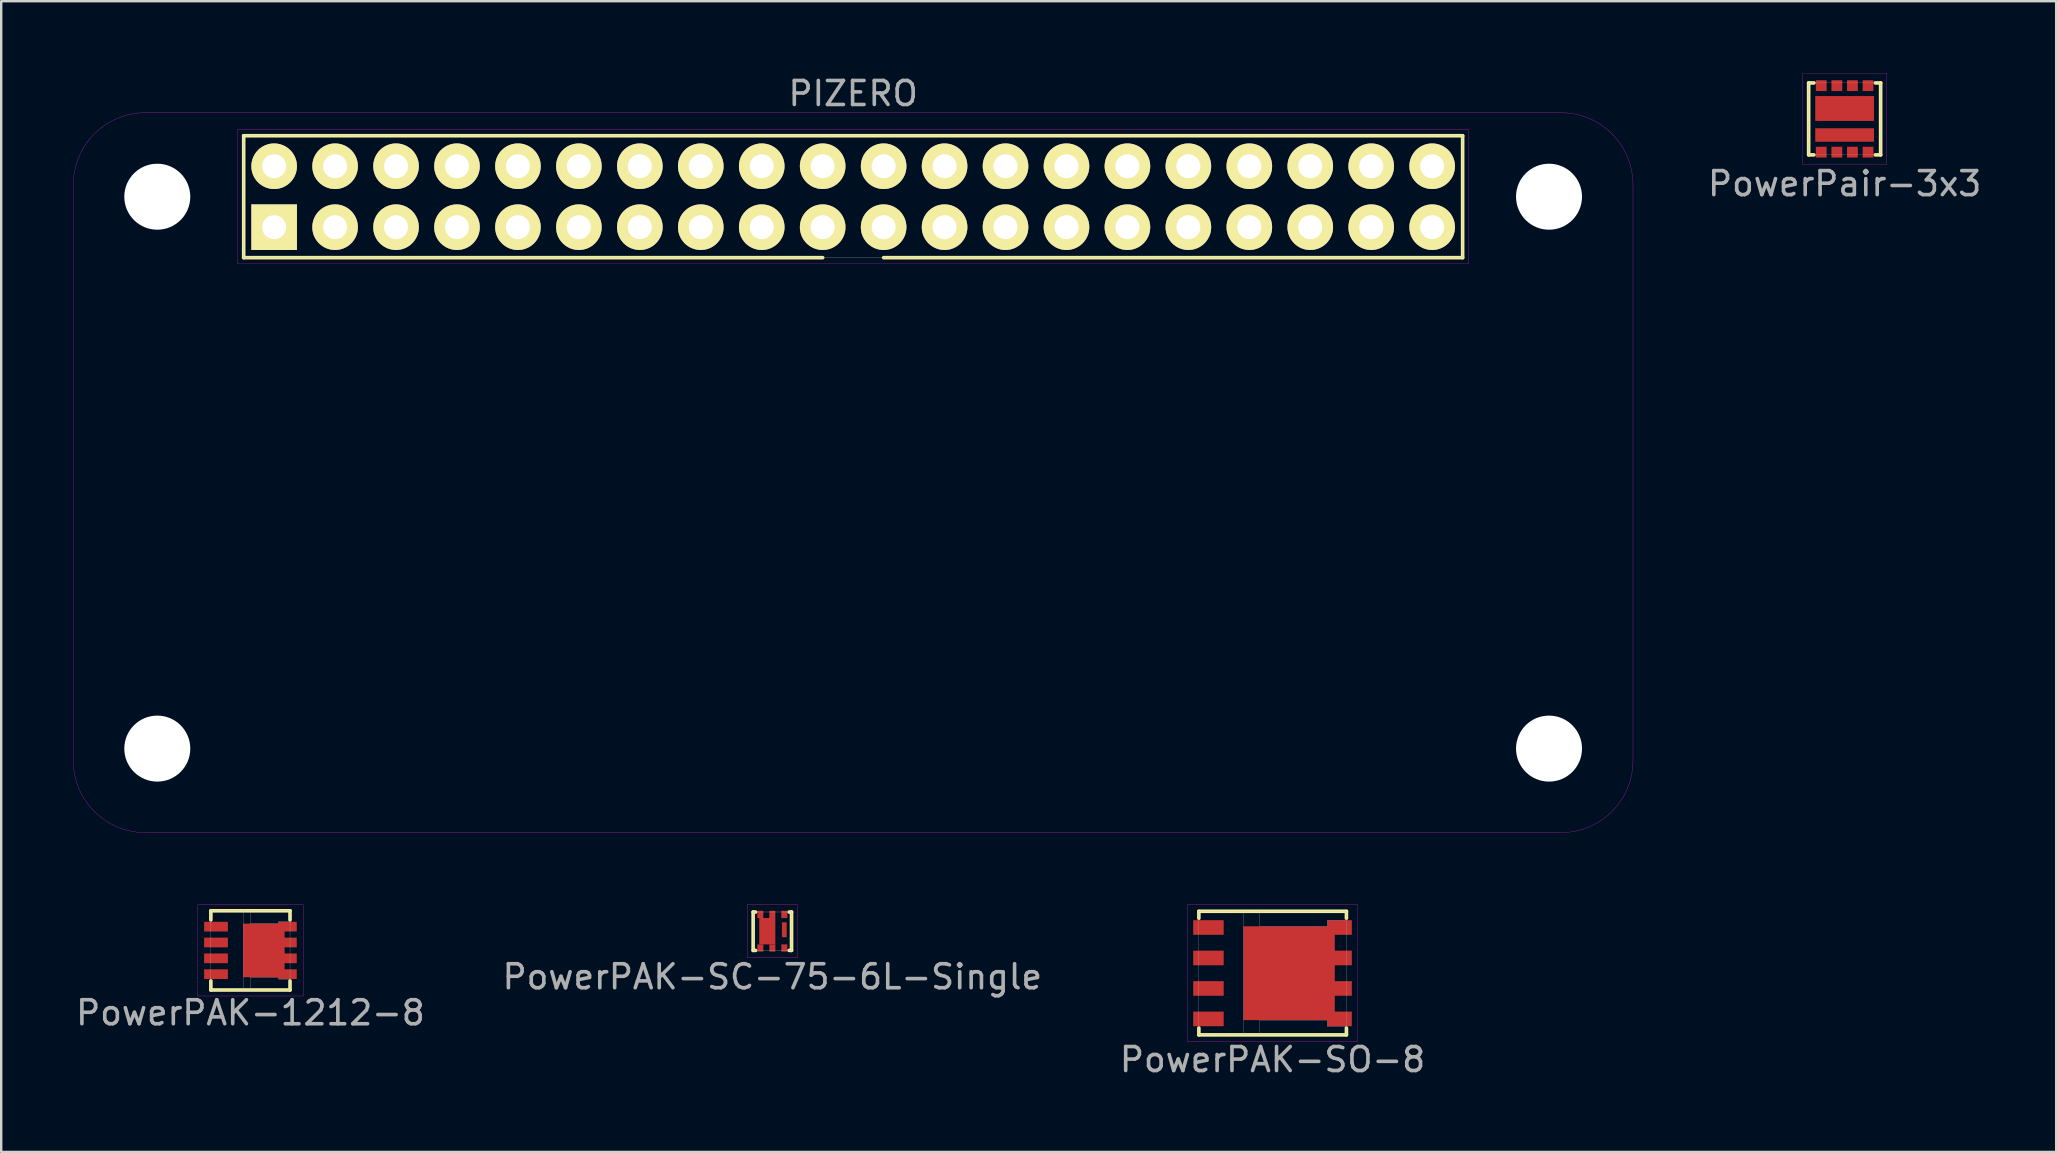
<source format=kicad_pcb>
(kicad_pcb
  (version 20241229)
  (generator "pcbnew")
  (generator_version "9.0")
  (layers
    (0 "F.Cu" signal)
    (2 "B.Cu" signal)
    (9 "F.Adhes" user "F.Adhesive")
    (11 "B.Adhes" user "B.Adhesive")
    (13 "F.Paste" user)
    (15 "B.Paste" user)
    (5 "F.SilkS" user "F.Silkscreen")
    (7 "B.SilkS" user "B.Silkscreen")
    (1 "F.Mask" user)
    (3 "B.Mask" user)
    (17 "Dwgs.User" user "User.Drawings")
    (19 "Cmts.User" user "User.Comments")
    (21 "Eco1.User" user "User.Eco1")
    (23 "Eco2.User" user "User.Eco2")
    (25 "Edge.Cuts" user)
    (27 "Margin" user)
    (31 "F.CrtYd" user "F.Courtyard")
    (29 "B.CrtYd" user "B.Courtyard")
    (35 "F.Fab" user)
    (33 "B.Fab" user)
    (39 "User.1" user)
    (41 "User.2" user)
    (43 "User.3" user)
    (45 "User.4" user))
  (footprint "PowerPAK-1212-8"
    (layer "F.Cu")
    (at 7.387 36.558)
    (property "Reference" "PowerPAK-1212-8" (at 0 2.6 0) (layer "F.Fab") (effects (font (size 1 1) (thickness 0.15))))
    (attr through_hole)
    (fp_line (start -1.65 -1.65) (end -1.65 -1.27) (stroke (width 0.15) (type solid)) (layer "F.SilkS"))
    (fp_line (start -1.65 1.65) (end -1.65 1.27) (stroke (width 0.15) (type solid)) (layer "F.SilkS"))
    (fp_line (start 1.65 -1.65) (end -1.65 -1.65) (stroke (width 0.15) (type solid)) (layer "F.SilkS"))
    (fp_line (start 1.65 -1.27) (end 1.65 -1.65) (stroke (width 0.15) (type solid)) (layer "F.SilkS"))
    (fp_line (start 1.65 1.27) (end 1.65 1.65) (stroke (width 0.15) (type solid)) (layer "F.SilkS"))
    (fp_line (start 1.65 1.65) (end -1.65 1.65) (stroke (width 0.15) (type solid)) (layer "F.SilkS"))
    (fp_line (start -2.2 -1.9) (end -2.2 1.9) (stroke (width 0.01) (type solid)) (layer "F.CrtYd"))
    (fp_line (start -2.2 1.9) (end 2.2 1.9) (stroke (width 0.01) (type solid)) (layer "F.CrtYd"))
    (fp_line (start 2.2 -1.9) (end -2.2 -1.9) (stroke (width 0.01) (type solid)) (layer "F.CrtYd"))
    (fp_line (start 2.2 1.9) (end 2.2 -1.9) (stroke (width 0.01) (type solid)) (layer "F.CrtYd"))
    (fp_line (start -1.65 -1.65) (end 1.65 -1.65) (stroke (width 0.01) (type solid)) (layer "F.Fab"))
    (fp_line (start -1.65 1.65) (end -1.65 -1.65) (stroke (width 0.01) (type solid)) (layer "F.Fab"))
    (fp_line (start -0.3 -1.65) (end -0.3 1.65) (stroke (width 0.01) (type solid)) (layer "F.Fab"))
    (fp_line (start 0 -1.65) (end 0 -1.12) (stroke (width 0.01) (type solid)) (layer "F.Fab"))
    (fp_line (start 0 -1.12) (end 1.17 -1.12) (stroke (width 0.01) (type solid)) (layer "F.Fab"))
    (fp_line (start 0 1.12) (end 1.17 1.12) (stroke (width 0.01) (type solid)) (layer "F.Fab"))
    (fp_line (start 0 1.65) (end 0 1.12) (stroke (width 0.01) (type solid)) (layer "F.Fab"))
    (fp_line (start 1.17 -1.2) (end 1.65 -1.2) (stroke (width 0.01) (type solid)) (layer "F.Fab"))
    (fp_line (start 1.17 -1.12) (end 1.17 -1.2) (stroke (width 0.01) (type solid)) (layer "F.Fab"))
    (fp_line (start 1.17 1.12) (end 1.17 1.2) (stroke (width 0.01) (type solid)) (layer "F.Fab"))
    (fp_line (start 1.17 1.2) (end 1.65 1.2) (stroke (width 0.01) (type solid)) (layer "F.Fab"))
    (fp_line (start 1.65 -1.65) (end 1.65 1.65) (stroke (width 0.01) (type solid)) (layer "F.Fab"))
    (fp_line (start 1.65 1.65) (end -1.65 1.65) (stroke (width 0.01) (type solid)) (layer "F.Fab"))
    (pad "D" smd rect (at 0.56 0) (size 1.725 2.235) (layers "F.Cu" "F.Mask" "F.Paste"))
    (pad "D" smd rect (at 1.55 -0.99) (size 0.76 0.405) (layers "F.Cu" "F.Mask" "F.Paste"))
    (pad "D" smd rect (at 1.55 -0.33) (size 0.76 0.405) (layers "F.Cu" "F.Mask" "F.Paste"))
    (pad "D" smd rect (at 1.55 0.33) (size 0.76 0.405) (layers "F.Cu" "F.Mask" "F.Paste"))
    (pad "D" smd rect (at 1.55 0.99) (size 0.76 0.405) (layers "F.Cu" "F.Mask" "F.Paste"))
    (pad "G" smd rect (at -1.435 0.99) (size 0.99 0.405) (layers "F.Cu" "F.Mask" "F.Paste"))
    (pad "S" smd rect (at -1.435 -0.99) (size 0.99 0.405) (layers "F.Cu" "F.Mask" "F.Paste"))
    (pad "S" smd rect (at -1.435 -0.33) (size 0.99 0.405) (layers "F.Cu" "F.Mask" "F.Paste"))
    (pad "S" smd rect (at -1.435 0.33) (size 0.99 0.405) (layers "F.Cu" "F.Mask" "F.Paste")))
  (footprint "PIZERO"
    (layer "F.Cu")
    (at 32.505 16.648)
    (property "Reference" "PIZERO" (at 0 -15.8 0) (layer "F.Fab") (effects (font (size 1 1) (thickness 0.15))))
    (attr through_hole)
    (fp_line (start -25.4 -14.04) (end 25.4 -14.04) (stroke (width 0.15) (type solid)) (layer "F.SilkS"))
    (fp_line (start -25.4 -8.96) (end -25.4 -14.04) (stroke (width 0.15) (type solid)) (layer "F.SilkS"))
    (fp_line (start -1.27 -8.96) (end -25.4 -8.96) (stroke (width 0.15) (type solid)) (layer "F.SilkS"))
    (fp_line (start 25.4 -14.04) (end 25.4 -8.96) (stroke (width 0.15) (type solid)) (layer "F.SilkS"))
    (fp_line (start 25.4 -8.96) (end 1.27 -8.96) (stroke (width 0.15) (type solid)) (layer "F.SilkS"))
    (fp_line (start -32.5 -12) (end -32.5 12) (stroke (width 0.01) (type solid)) (layer "F.CrtYd"))
    (fp_line (start -29.5 15) (end 29.5 15) (stroke (width 0.01) (type solid)) (layer "F.CrtYd"))
    (fp_line (start -25.65 -14.3) (end 25.65 -14.3) (stroke (width 0.01) (type solid)) (layer "F.CrtYd"))
    (fp_line (start -25.65 -8.7) (end -25.65 -14.3) (stroke (width 0.01) (type solid)) (layer "F.CrtYd"))
    (fp_line (start 25.65 -14.3) (end 25.65 -8.7) (stroke (width 0.01) (type solid)) (layer "F.CrtYd"))
    (fp_line (start 25.65 -8.7) (end -25.65 -8.7) (stroke (width 0.01) (type solid)) (layer "F.CrtYd"))
    (fp_line (start 29.5 -15) (end -29.5 -15) (stroke (width 0.01) (type solid)) (layer "F.CrtYd"))
    (fp_line (start 32.5 12) (end 32.5 -12) (stroke (width 0.01) (type solid)) (layer "F.CrtYd"))
    (fp_arc (start -32.5 -12) (mid -31.62132 -14.12132) (end -29.5 -15) (stroke (width 0.01) (type solid)) (layer "F.CrtYd"))
    (fp_arc (start -29.5 15) (mid -31.62132 14.12132) (end -32.5 12) (stroke (width 0.01) (type solid)) (layer "F.CrtYd"))
    (fp_arc (start 29.5 -15) (mid 31.62132 -14.12132) (end 32.5 -12) (stroke (width 0.01) (type solid)) (layer "F.CrtYd"))
    (fp_arc (start 32.5 12) (mid 31.62132 14.12132) (end 29.5 15) (stroke (width 0.01) (type solid)) (layer "F.CrtYd"))
    (fp_line (start -25.4 -14.04) (end 25.4 -14.04) (stroke (width 0.01) (type solid)) (layer "F.Fab"))
    (fp_line (start -25.4 -8.96) (end -25.4 -14.04) (stroke (width 0.01) (type solid)) (layer "F.Fab"))
    (fp_line (start 25.4 -14.04) (end 25.4 -8.96) (stroke (width 0.01) (type solid)) (layer "F.Fab"))
    (fp_line (start 25.4 -8.96) (end -25.4 -8.96) (stroke (width 0.01) (type solid)) (layer "F.Fab"))
    (pad "" np_thru_hole circle (at -29 -11.5) (size 2.75 2.75) (drill 2.75) (layers "*.Cu" "*.Mask"))
    (pad "" np_thru_hole circle (at -29 11.5) (size 2.75 2.75) (drill 2.75) (layers "*.Cu" "*.Mask"))
    (pad "" np_thru_hole circle (at 29 -11.5) (size 2.75 2.75) (drill 2.75) (layers "*.Cu" "*.Mask"))
    (pad "" np_thru_hole circle (at 29 11.5) (size 2.75 2.75) (drill 2.75) (layers "*.Cu" "*.Mask"))
    (pad "1" thru_hole rect (at -24.13 -10.23) (size 1.9 1.9) (drill 1) (layers "*.Cu" "*.Mask" "F.SilkS"))
    (pad "2" thru_hole circle (at -24.13 -12.77) (size 1.9 1.9) (drill 1) (layers "*.Cu" "*.Mask" "F.SilkS"))
    (pad "3" thru_hole circle (at -21.59 -10.23) (size 1.9 1.9) (drill 1) (layers "*.Cu" "*.Mask" "F.SilkS"))
    (pad "4" thru_hole circle (at -21.59 -12.77) (size 1.9 1.9) (drill 1) (layers "*.Cu" "*.Mask" "F.SilkS"))
    (pad "5" thru_hole circle (at -19.05 -10.23) (size 1.9 1.9) (drill 1) (layers "*.Cu" "*.Mask" "F.SilkS"))
    (pad "6" thru_hole circle (at -19.05 -12.77) (size 1.9 1.9) (drill 1) (layers "*.Cu" "*.Mask" "F.SilkS"))
    (pad "7" thru_hole circle (at -16.51 -10.23) (size 1.9 1.9) (drill 1) (layers "*.Cu" "*.Mask" "F.SilkS"))
    (pad "8" thru_hole circle (at -16.51 -12.77) (size 1.9 1.9) (drill 1) (layers "*.Cu" "*.Mask" "F.SilkS"))
    (pad "9" thru_hole circle (at -13.97 -10.23) (size 1.9 1.9) (drill 1) (layers "*.Cu" "*.Mask" "F.SilkS"))
    (pad "10" thru_hole circle (at -13.97 -12.77) (size 1.9 1.9) (drill 1) (layers "*.Cu" "*.Mask" "F.SilkS"))
    (pad "11" thru_hole circle (at -11.43 -10.23) (size 1.9 1.9) (drill 1) (layers "*.Cu" "*.Mask" "F.SilkS"))
    (pad "12" thru_hole circle (at -11.43 -12.77) (size 1.9 1.9) (drill 1) (layers "*.Cu" "*.Mask" "F.SilkS"))
    (pad "13" thru_hole circle (at -8.89 -10.23) (size 1.9 1.9) (drill 1) (layers "*.Cu" "*.Mask" "F.SilkS"))
    (pad "14" thru_hole circle (at -8.89 -12.77) (size 1.9 1.9) (drill 1) (layers "*.Cu" "*.Mask" "F.SilkS"))
    (pad "15" thru_hole circle (at -6.35 -10.23) (size 1.9 1.9) (drill 1) (layers "*.Cu" "*.Mask" "F.SilkS"))
    (pad "16" thru_hole circle (at -6.35 -12.77) (size 1.9 1.9) (drill 1) (layers "*.Cu" "*.Mask" "F.SilkS"))
    (pad "17" thru_hole circle (at -3.81 -10.23) (size 1.9 1.9) (drill 1) (layers "*.Cu" "*.Mask" "F.SilkS"))
    (pad "18" thru_hole circle (at -3.81 -12.77) (size 1.9 1.9) (drill 1) (layers "*.Cu" "*.Mask" "F.SilkS"))
    (pad "19" thru_hole circle (at -1.27 -10.23) (size 1.9 1.9) (drill 1) (layers "*.Cu" "*.Mask" "F.SilkS"))
    (pad "20" thru_hole circle (at -1.27 -12.77) (size 1.9 1.9) (drill 1) (layers "*.Cu" "*.Mask" "F.SilkS"))
    (pad "21" thru_hole circle (at 1.27 -10.23) (size 1.9 1.9) (drill 1) (layers "*.Cu" "*.Mask" "F.SilkS"))
    (pad "22" thru_hole circle (at 1.27 -12.77) (size 1.9 1.9) (drill 1) (layers "*.Cu" "*.Mask" "F.SilkS"))
    (pad "23" thru_hole circle (at 3.81 -10.23) (size 1.9 1.9) (drill 1) (layers "*.Cu" "*.Mask" "F.SilkS"))
    (pad "24" thru_hole circle (at 3.81 -12.77) (size 1.9 1.9) (drill 1) (layers "*.Cu" "*.Mask" "F.SilkS"))
    (pad "25" thru_hole circle (at 6.35 -10.23) (size 1.9 1.9) (drill 1) (layers "*.Cu" "*.Mask" "F.SilkS"))
    (pad "26" thru_hole circle (at 6.35 -12.77) (size 1.9 1.9) (drill 1) (layers "*.Cu" "*.Mask" "F.SilkS"))
    (pad "27" thru_hole circle (at 8.89 -10.23) (size 1.9 1.9) (drill 1) (layers "*.Cu" "*.Mask" "F.SilkS"))
    (pad "28" thru_hole circle (at 8.89 -12.77) (size 1.9 1.9) (drill 1) (layers "*.Cu" "*.Mask" "F.SilkS"))
    (pad "29" thru_hole circle (at 11.43 -10.23) (size 1.9 1.9) (drill 1) (layers "*.Cu" "*.Mask" "F.SilkS"))
    (pad "30" thru_hole circle (at 11.43 -12.77) (size 1.9 1.9) (drill 1) (layers "*.Cu" "*.Mask" "F.SilkS"))
    (pad "31" thru_hole circle (at 13.97 -10.23) (size 1.9 1.9) (drill 1) (layers "*.Cu" "*.Mask" "F.SilkS"))
    (pad "32" thru_hole circle (at 13.97 -12.77) (size 1.9 1.9) (drill 1) (layers "*.Cu" "*.Mask" "F.SilkS"))
    (pad "33" thru_hole circle (at 16.51 -10.23) (size 1.9 1.9) (drill 1) (layers "*.Cu" "*.Mask" "F.SilkS"))
    (pad "34" thru_hole circle (at 16.51 -12.77) (size 1.9 1.9) (drill 1) (layers "*.Cu" "*.Mask" "F.SilkS"))
    (pad "35" thru_hole circle (at 19.05 -10.23) (size 1.9 1.9) (drill 1) (layers "*.Cu" "*.Mask" "F.SilkS"))
    (pad "36" thru_hole circle (at 19.05 -12.77) (size 1.9 1.9) (drill 1) (layers "*.Cu" "*.Mask" "F.SilkS"))
    (pad "37" thru_hole circle (at 21.59 -10.23) (size 1.9 1.9) (drill 1) (layers "*.Cu" "*.Mask" "F.SilkS"))
    (pad "38" thru_hole circle (at 21.59 -12.77) (size 1.9 1.9) (drill 1) (layers "*.Cu" "*.Mask" "F.SilkS"))
    (pad "39" thru_hole circle (at 24.13 -10.23) (size 1.9 1.9) (drill 1) (layers "*.Cu" "*.Mask" "F.SilkS"))
    (pad "40" thru_hole circle (at 24.13 -12.77) (size 1.9 1.9) (drill 1) (layers "*.Cu" "*.Mask" "F.SilkS")))
  (footprint "PowerPair-3x3"
    (layer "F.Cu")
    (at 73.825 1.905)
    (property "Reference" "PowerPair-3x3" (at 0 2.7 0) (layer "F.Fab") (effects (font (size 1 1) (thickness 0.15))))
    (attr through_hole)
    (fp_line (start -1.5 -1.5) (end -1.5 1.5) (stroke (width 0.15) (type solid)) (layer "F.SilkS"))
    (fp_line (start -1.5 -1.5) (end -1.28 -1.5) (stroke (width 0.15) (type solid)) (layer "F.SilkS"))
    (fp_line (start -1.5 1.5) (end -1.28 1.5) (stroke (width 0.15) (type solid)) (layer "F.SilkS"))
    (fp_line (start 1.5 -1.5) (end 1.28 -1.5) (stroke (width 0.15) (type solid)) (layer "F.SilkS"))
    (fp_line (start 1.5 -1.5) (end 1.5 1.5) (stroke (width 0.15) (type solid)) (layer "F.SilkS"))
    (fp_line (start 1.5 1.5) (end 1.28 1.5) (stroke (width 0.15) (type solid)) (layer "F.SilkS"))
    (fp_line (start -1.75 -1.9) (end -1.75 1.9) (stroke (width 0.01) (type solid)) (layer "F.CrtYd"))
    (fp_line (start -1.75 1.9) (end 1.75 1.9) (stroke (width 0.01) (type solid)) (layer "F.CrtYd"))
    (fp_line (start 1.75 -1.9) (end -1.75 -1.9) (stroke (width 0.01) (type solid)) (layer "F.CrtYd"))
    (fp_line (start 1.75 1.9) (end 1.75 -1.9) (stroke (width 0.01) (type solid)) (layer "F.CrtYd"))
    (fp_line (start -1.5 -1.5) (end 1.5 -1.5) (stroke (width 0.01) (type solid)) (layer "F.Fab"))
    (fp_line (start -1.5 1.5) (end -1.5 -1.5) (stroke (width 0.01) (type solid)) (layer "F.Fab"))
    (fp_line (start 1.5 -1.5) (end 1.5 1.5) (stroke (width 0.01) (type solid)) (layer "F.Fab"))
    (fp_line (start 1.5 1.5) (end -1.5 1.5) (stroke (width 0.01) (type solid)) (layer "F.Fab"))
    (pad "D1" smd rect (at -0.325 1.386) (size 0.45 0.45) (layers "F.Cu" "F.Mask" "F.Paste"))
    (pad "D1" smd rect (at 0 0.671) (size 2.45 0.562) (layers "F.Cu" "F.Mask" "F.Paste"))
    (pad "D1" smd rect (at 0.325 1.386) (size 0.45 0.45) (layers "F.Cu" "F.Mask" "F.Paste"))
    (pad "D1" smd rect (at 0.975 1.386) (size 0.45 0.45) (layers "F.Cu" "F.Mask" "F.Paste"))
    (pad "G1" smd rect (at -0.975 1.386) (size 0.45 0.45) (layers "F.Cu" "F.Mask" "F.Paste"))
    (pad "G2" smd rect (at -0.975 -1.386) (size 0.45 0.45) (layers "F.Cu" "F.Mask" "F.Paste"))
    (pad "S1D2" smd rect (at 0 -0.434) (size 2.45 1.036) (layers "F.Cu" "F.Mask" "F.Paste"))
    (pad "S2" smd rect (at -0.325 -1.386) (size 0.45 0.45) (layers "F.Cu" "F.Mask" "F.Paste"))
    (pad "S2" smd rect (at 0.325 -1.386) (size 0.45 0.45) (layers "F.Cu" "F.Mask" "F.Paste"))
    (pad "S2" smd rect (at 0.975 -1.386) (size 0.45 0.45) (layers "F.Cu" "F.Mask" "F.Paste")))
  (footprint "PowerPAK-SO-8"
    (layer "F.Cu")
    (at 49.982 37.508)
    (property "Reference" "PowerPAK-SO-8" (at 0 3.6 0) (layer "F.Fab") (effects (font (size 1 1) (thickness 0.15))))
    (attr through_hole)
    (fp_line (start -3.07 -2.58) (end 3.08 -2.58) (stroke (width 0.15) (type solid)) (layer "F.SilkS"))
    (fp_line (start -3.07 -2.575) (end -3.07 -2.29) (stroke (width 0.15) (type solid)) (layer "F.SilkS"))
    (fp_line (start -3.07 2.285) (end -3.07 2.57) (stroke (width 0.15) (type solid)) (layer "F.SilkS"))
    (fp_line (start -3.07 2.57) (end 3.08 2.57) (stroke (width 0.15) (type solid)) (layer "F.SilkS"))
    (fp_line (start 3.08 -2.575) (end 3.08 -2.29) (stroke (width 0.15) (type solid)) (layer "F.SilkS"))
    (fp_line (start 3.08 2.285) (end 3.08 2.57) (stroke (width 0.15) (type solid)) (layer "F.SilkS"))
    (fp_line (start -3.55 -2.85) (end -3.55 2.85) (stroke (width 0.01) (type solid)) (layer "F.CrtYd"))
    (fp_line (start -3.55 2.85) (end 3.55 2.85) (stroke (width 0.01) (type solid)) (layer "F.CrtYd"))
    (fp_line (start 3.55 -2.85) (end -3.55 -2.85) (stroke (width 0.01) (type solid)) (layer "F.CrtYd"))
    (fp_line (start 3.55 2.85) (end 3.55 -2.85) (stroke (width 0.01) (type solid)) (layer "F.CrtYd"))
    (fp_line (start -3.07 -2.58) (end 3.08 -2.58) (stroke (width 0.01) (type solid)) (layer "F.Fab"))
    (fp_line (start -3.07 2.57) (end -3.07 -2.58) (stroke (width 0.01) (type solid)) (layer "F.Fab"))
    (fp_line (start -1.21 -2.58) (end -1.21 2.57) (stroke (width 0.01) (type solid)) (layer "F.Fab"))
    (fp_line (start -0.54 -2.58) (end -0.54 -1.96) (stroke (width 0.01) (type solid)) (layer "F.Fab"))
    (fp_line (start -0.54 -1.96) (end 2.28 -1.96) (stroke (width 0.01) (type solid)) (layer "F.Fab"))
    (fp_line (start -0.54 1.96) (end -0.54 2.57) (stroke (width 0.01) (type solid)) (layer "F.Fab"))
    (fp_line (start -0.54 1.96) (end 2.28 1.96) (stroke (width 0.01) (type solid)) (layer "F.Fab"))
    (fp_line (start 2.28 -2.21) (end 3.08 -2.21) (stroke (width 0.01) (type solid)) (layer "F.Fab"))
    (fp_line (start 2.28 -1.96) (end 2.28 -2.21) (stroke (width 0.01) (type solid)) (layer "F.Fab"))
    (fp_line (start 2.28 1.96) (end 2.28 2.22) (stroke (width 0.01) (type solid)) (layer "F.Fab"))
    (fp_line (start 2.28 2.22) (end 3.08 2.22) (stroke (width 0.01) (type solid)) (layer "F.Fab"))
    (fp_line (start 3.08 -2.58) (end 3.08 2.57) (stroke (width 0.01) (type solid)) (layer "F.Fab"))
    (fp_line (start 3.08 2.57) (end -3.07 2.57) (stroke (width 0.01) (type solid)) (layer "F.Fab"))
    (pad "D" smd rect (at 0.69 0) (size 3.81 3.91) (layers "F.Cu" "F.Mask" "F.Paste"))
    (pad "D" smd rect (at 2.795 -1.905) (size 1.02 0.61) (layers "F.Cu" "F.Mask" "F.Paste"))
    (pad "D" smd rect (at 2.795 -0.635) (size 1.02 0.61) (layers "F.Cu" "F.Mask" "F.Paste"))
    (pad "D" smd rect (at 2.795 0.635) (size 1.02 0.61) (layers "F.Cu" "F.Mask" "F.Paste"))
    (pad "D" smd rect (at 2.795 1.905) (size 1.02 0.61) (layers "F.Cu" "F.Mask" "F.Paste"))
    (pad "G" smd rect (at -2.67 1.905) (size 1.27 0.61) (layers "F.Cu" "F.Mask" "F.Paste"))
    (pad "S" smd rect (at -2.67 -1.905) (size 1.27 0.61) (layers "F.Cu" "F.Mask" "F.Paste"))
    (pad "S" smd rect (at -2.67 -0.635) (size 1.27 0.61) (layers "F.Cu" "F.Mask" "F.Paste"))
    (pad "S" smd rect (at -2.67 0.635) (size 1.27 0.61) (layers "F.Cu" "F.Mask" "F.Paste")))
  (footprint "PowerPAK-SC-75-6L-Single"
    (layer "F.Cu")
    (at 29.137 35.758)
    (property "Reference" "PowerPAK-SC-75-6L-Single" (at 0 1.9 0) (layer "F.Fab") (effects (font (size 1 1) (thickness 0.15))))
    (attr through_hole)
    (fp_line (start -0.8 -0.8) (end -0.8 0.8) (stroke (width 0.15) (type solid)) (layer "F.SilkS"))
    (fp_line (start -0.8 -0.8) (end -0.7 -0.8) (stroke (width 0.15) (type solid)) (layer "F.SilkS"))
    (fp_line (start -0.7 0.8) (end -0.8 0.8) (stroke (width 0.15) (type solid)) (layer "F.SilkS"))
    (fp_line (start 0.7 -0.8) (end 0.8 -0.8) (stroke (width 0.15) (type solid)) (layer "F.SilkS"))
    (fp_line (start 0.8 -0.8) (end 0.8 0.8) (stroke (width 0.15) (type solid)) (layer "F.SilkS"))
    (fp_line (start 0.8 0.8) (end 0.7 0.8) (stroke (width 0.15) (type solid)) (layer "F.SilkS"))
    (fp_line (start -1.05 -1.1) (end -1.05 1.05) (stroke (width 0.01) (type solid)) (layer "F.CrtYd"))
    (fp_line (start -1.05 1.05) (end -1.05 1.1) (stroke (width 0.01) (type solid)) (layer "F.CrtYd"))
    (fp_line (start -1.05 1.1) (end 1.05 1.1) (stroke (width 0.01) (type solid)) (layer "F.CrtYd"))
    (fp_line (start 1.05 -1.1) (end -1.05 -1.1) (stroke (width 0.01) (type solid)) (layer "F.CrtYd"))
    (fp_line (start 1.05 1.05) (end 1.05 -1.1) (stroke (width 0.01) (type solid)) (layer "F.CrtYd"))
    (fp_line (start 1.05 1.05) (end 1.05 1.1) (stroke (width 0.01) (type solid)) (layer "F.CrtYd"))
    (fp_line (start -0.8 -0.8) (end -0.8 0.8) (stroke (width 0.01) (type solid)) (layer "F.Fab"))
    (fp_line (start -0.8 0.8) (end 0.8 0.8) (stroke (width 0.01) (type solid)) (layer "F.Fab"))
    (fp_line (start 0.8 -0.8) (end -0.8 -0.8) (stroke (width 0.01) (type solid)) (layer "F.Fab"))
    (fp_line (start 0.8 0.8) (end 0.8 -0.8) (stroke (width 0.01) (type solid)) (layer "F.Fab"))
    (pad "D" smd rect (at -0.5 -0.7) (size 0.25 0.3) (layers "F.Cu" "F.Mask" "F.Paste"))
    (pad "D" smd rect (at -0.5 0.7) (size 0.25 0.3) (layers "F.Cu" "F.Mask" "F.Paste"))
    (pad "D" smd rect (at -0.21 0) (size 0.67 1.1) (layers "F.Cu" "F.Mask" "F.Paste"))
    (pad "D" smd rect (at 0 -0.7) (size 0.25 0.3) (layers "F.Cu" "F.Mask" "F.Paste"))
    (pad "D" smd rect (at 0 0.7) (size 0.25 0.3) (layers "F.Cu" "F.Mask" "F.Paste"))
    (pad "G" smd rect (at 0.5 0.7) (size 0.25 0.3) (layers "F.Cu" "F.Mask" "F.Paste"))
    (pad "S" smd rect (at 0.5 -0.7) (size 0.25 0.3) (layers "F.Cu" "F.Mask" "F.Paste"))
    (pad "S" smd rect (at 0.5 -0.06) (size 0.2 0.62) (layers "F.Cu" "F.Mask" "F.Paste")))
  (gr_rect
    (start -3 -3)
    (end 82.641 44.956)
    (stroke (width 0.1) (type default))
    (fill no)
    (layer "Edge.Cuts")))
</source>
